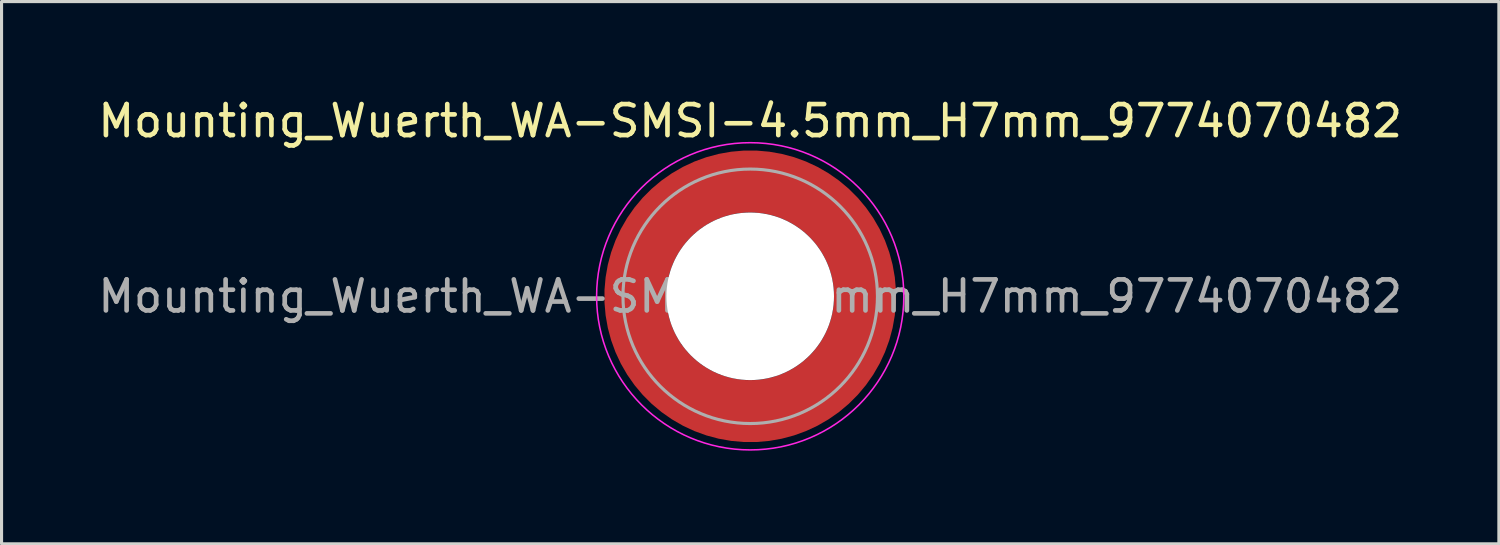
<source format=kicad_pcb>
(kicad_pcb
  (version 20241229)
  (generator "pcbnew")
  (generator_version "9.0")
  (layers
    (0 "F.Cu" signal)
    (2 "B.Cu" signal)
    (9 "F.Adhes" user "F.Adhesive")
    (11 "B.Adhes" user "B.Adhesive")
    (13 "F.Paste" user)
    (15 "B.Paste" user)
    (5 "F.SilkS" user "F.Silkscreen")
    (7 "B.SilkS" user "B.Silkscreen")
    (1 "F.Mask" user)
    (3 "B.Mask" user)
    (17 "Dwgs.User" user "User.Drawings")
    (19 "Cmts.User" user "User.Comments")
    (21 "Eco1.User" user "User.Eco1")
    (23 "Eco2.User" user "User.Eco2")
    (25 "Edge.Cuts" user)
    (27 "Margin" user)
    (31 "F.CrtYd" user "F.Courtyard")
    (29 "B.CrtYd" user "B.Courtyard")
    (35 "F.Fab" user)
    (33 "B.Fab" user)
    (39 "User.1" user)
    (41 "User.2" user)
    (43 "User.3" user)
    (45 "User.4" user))
  (footprint "Mounting_Wuerth_WA-SMSI-4.5mm_H7mm_9774070482"
    (layer "F.Cu")
    (at 21.125 6.498)
    (property "Reference" "Mounting_Wuerth_WA-SMSI-4.5mm_H7mm_9774070482" (at 0 -5.65 0) (layer "F.SilkS") (effects (font (size 1 1) (thickness 0.15))))
    (property "Mouser Part no." "" (at 0 0 0) (layer "F.Fab") (effects (font (size 1.27 1.27) (thickness 0.15))))
    (property "Mouser link" "" (at 0 0 0) (layer "F.Fab") (effects (font (size 1.27 1.27) (thickness 0.15))))
    (attr smd)
    (fp_circle (center 0 0) (end 4.95 0) (stroke (width 0.05) (type solid)) (fill no) (layer "F.CrtYd"))
    (fp_circle (center 0 0) (end 4.1 0) (stroke (width 0.1) (type solid)) (fill no) (layer "F.Fab"))
    (fp_text user "${REFERENCE}" (at 0 0 0) (layer "F.Fab") (effects (font (size 1 1) (thickness 0.15))))
    (pad "" smd custom (at -2.607 -2.607) (size 1.495 1.495) (layers "F.Paste") (options (anchor circle)) (primitives (gr_arc (start -0.188183 2.107456) (mid 0.598928 0.599619) (end 2.106494 -0.188011) (width 0.2)) (gr_arc (start -0.289416 2.107456) (mid 0.528508 0.529033) (end 2.106724 -0.28929) (width 0.2)) (gr_arc (start -0.390547 2.107456) (mid 0.457087 0.459449) (end 2.104161 -0.389996) (width 0.2)) (gr_arc (start -0.491585 2.107456) (mid 0.386415 0.389116) (end 2.103685 -0.490974) (width 0.2)) (gr_arc (start -0.59254 2.107456) (mid 0.31649 0.318035) (end 2.105297 -0.592202) (width 0.2)) (gr_arc (start -0.693419 2.107456) (mid 0.245252 0.248268) (end 2.103239 -0.692777) (width 0.2)) (gr_arc (start -0.794229 2.107456) (mid 0.174636 0.177878) (end 2.102921 -0.793559) (width 0.2)) (gr_arc (start -0.894975 2.107456) (mid 0.104643 0.106866) (end 2.104343 -0.894529) (width 0.2)) (gr_arc (start -0.995664 2.107456) (mid 0.033026 0.037479) (end 2.101219 -0.994793) (width 0.2)) (gr_arc (start -1.0963 2.107456) (mid -0.035789 -0.034714) (end 2.105949 -1.096096) (width 0.2)) (gr_arc (start -1.196886 2.107456) (mid -0.106351 -0.105157) (end 2.105783 -1.196666) (width 0.2)) (gr_arc (start -1.297427 2.107456) (mid -0.176416 -0.176097) (end 2.107009 -1.29737) (width 0.2)) (gr_arc (start -1.397927 2.107456) (mid -0.248476 -0.245042) (end 2.102638 -1.397323) (width 0.2)) (gr_arc (start -1.498388 2.107456) (mid -0.317612 -0.316913) (end 2.106475 -1.498268) (width 0.2)) (gr_arc (start -1.598813 2.107456) (mid -0.388865 -0.386665) (end 2.104366 -1.598444) (width 0.2)) (gr_arc (start -1.699204 2.107456) (mid -0.459747 -0.456787) (end 2.103299 -1.698719) (width 0.2)) (gr_arc (start -1.799565 2.107456) (mid -0.530257 -0.527283) (end 2.103277 -1.799089) (width 0.2)) (gr_arc (start -1.899896 2.107456) (mid -0.600396 -0.59815) (end 2.104299 -1.899545) (width 0.2)) (gr_arc (start -1.899896 2.107456) (mid -0.600396 -0.59815) (end 2.104299 -1.899545) (width 0.2)) (gr_line (start 2.107 -0.188) (end 2.107 -1.9) (width 0.2)) (gr_line (start -0.188 2.107) (end -1.9 2.107) (width 0.2))))
    (pad "" smd custom (at -2.607 2.607) (size 1.495 1.495) (layers "F.Paste") (options (anchor circle)) (primitives (gr_arc (start 2.107456 0.188183) (mid 0.599619 -0.598928) (end -0.188011 -2.106494) (width 0.2)) (gr_arc (start 2.107456 0.289416) (mid 0.529033 -0.528508) (end -0.28929 -2.106724) (width 0.2)) (gr_arc (start 2.107456 0.390547) (mid 0.459449 -0.457087) (end -0.389996 -2.104161) (width 0.2)) (gr_arc (start 2.107456 0.491585) (mid 0.389116 -0.386415) (end -0.490974 -2.103685) (width 0.2)) (gr_arc (start 2.107456 0.59254) (mid 0.318035 -0.31649) (end -0.592202 -2.105297) (width 0.2)) (gr_arc (start 2.107456 0.693419) (mid 0.248268 -0.245252) (end -0.692777 -2.103239) (width 0.2)) (gr_arc (start 2.107456 0.794229) (mid 0.177878 -0.174636) (end -0.793559 -2.102921) (width 0.2)) (gr_arc (start 2.107456 0.894975) (mid 0.106866 -0.104643) (end -0.894529 -2.104343) (width 0.2)) (gr_arc (start 2.107456 0.995664) (mid 0.037479 -0.033026) (end -0.994793 -2.101219) (width 0.2)) (gr_arc (start 2.107456 1.0963) (mid -0.034714 0.035789) (end -1.096096 -2.105949) (width 0.2)) (gr_arc (start 2.107456 1.196886) (mid -0.105157 0.106351) (end -1.196666 -2.105783) (width 0.2)) (gr_arc (start 2.107456 1.297427) (mid -0.176097 0.176416) (end -1.29737 -2.107009) (width 0.2)) (gr_arc (start 2.107456 1.397927) (mid -0.245042 0.248476) (end -1.397323 -2.102638) (width 0.2)) (gr_arc (start 2.107456 1.498388) (mid -0.316913 0.317612) (end -1.498268 -2.106475) (width 0.2)) (gr_arc (start 2.107456 1.598813) (mid -0.386665 0.388865) (end -1.598444 -2.104366) (width 0.2)) (gr_arc (start 2.107456 1.699204) (mid -0.456787 0.459747) (end -1.698719 -2.103299) (width 0.2)) (gr_arc (start 2.107456 1.799565) (mid -0.527283 0.530257) (end -1.799089 -2.103277) (width 0.2)) (gr_arc (start 2.107456 1.899896) (mid -0.59815 0.600396) (end -1.899545 -2.104299) (width 0.2)) (gr_arc (start 2.107456 1.899896) (mid -0.59815 0.600396) (end -1.899545 -2.104299) (width 0.2)) (gr_line (start -0.188 -2.107) (end -1.9 -2.107) (width 0.2)) (gr_line (start 2.107 0.188) (end 2.107 1.9) (width 0.2))))
    (pad "" np_thru_hole circle (at 0 0) (size 5.4 5.4) (drill 5.4) (layers "*.Cu" "*.Mask"))
    (pad "" smd custom (at 2.607 -2.607) (size 1.495 1.495) (layers "F.Paste") (options (anchor circle)) (primitives (gr_arc (start -2.107456 -0.188183) (mid -0.599619 0.598928) (end 0.188011 2.106494) (width 0.2)) (gr_arc (start -2.107456 -0.289416) (mid -0.529033 0.528508) (end 0.28929 2.106724) (width 0.2)) (gr_arc (start -2.107456 -0.390547) (mid -0.459449 0.457087) (end 0.389996 2.104161) (width 0.2)) (gr_arc (start -2.107456 -0.491585) (mid -0.389116 0.386415) (end 0.490974 2.103685) (width 0.2)) (gr_arc (start -2.107456 -0.59254) (mid -0.318035 0.31649) (end 0.592202 2.105297) (width 0.2)) (gr_arc (start -2.107456 -0.693419) (mid -0.248268 0.245252) (end 0.692777 2.103239) (width 0.2)) (gr_arc (start -2.107456 -0.794229) (mid -0.177878 0.174636) (end 0.793559 2.102921) (width 0.2)) (gr_arc (start -2.107456 -0.894975) (mid -0.106866 0.104643) (end 0.894529 2.104343) (width 0.2)) (gr_arc (start -2.107456 -0.995664) (mid -0.037479 0.033026) (end 0.994793 2.101219) (width 0.2)) (gr_arc (start -2.107456 -1.0963) (mid 0.034714 -0.035789) (end 1.096096 2.105949) (width 0.2)) (gr_arc (start -2.107456 -1.196886) (mid 0.105157 -0.106351) (end 1.196666 2.105783) (width 0.2)) (gr_arc (start -2.107456 -1.297427) (mid 0.176097 -0.176416) (end 1.29737 2.107009) (width 0.2)) (gr_arc (start -2.107456 -1.397927) (mid 0.245042 -0.248476) (end 1.397323 2.102638) (width 0.2)) (gr_arc (start -2.107456 -1.498388) (mid 0.316913 -0.317612) (end 1.498268 2.106475) (width 0.2)) (gr_arc (start -2.107456 -1.598813) (mid 0.386665 -0.388865) (end 1.598444 2.104366) (width 0.2)) (gr_arc (start -2.107456 -1.699204) (mid 0.456787 -0.459747) (end 1.698719 2.103299) (width 0.2)) (gr_arc (start -2.107456 -1.799565) (mid 0.527283 -0.530257) (end 1.799089 2.103277) (width 0.2)) (gr_arc (start -2.107456 -1.899896) (mid 0.59815 -0.600396) (end 1.899545 2.104299) (width 0.2)) (gr_arc (start -2.107456 -1.899896) (mid 0.59815 -0.600396) (end 1.899545 2.104299) (width 0.2)) (gr_line (start 0.188 2.107) (end 1.9 2.107) (width 0.2)) (gr_line (start -2.107 -0.188) (end -2.107 -1.9) (width 0.2))))
    (pad "" smd custom (at 2.607 2.607) (size 1.495 1.495) (layers "F.Paste") (options (anchor circle)) (primitives (gr_arc (start 0.188183 -2.107456) (mid -0.598928 -0.599619) (end -2.106494 0.188011) (width 0.2)) (gr_arc (start 0.289416 -2.107456) (mid -0.528508 -0.529033) (end -2.106724 0.28929) (width 0.2)) (gr_arc (start 0.390547 -2.107456) (mid -0.457087 -0.459449) (end -2.104161 0.389996) (width 0.2)) (gr_arc (start 0.491585 -2.107456) (mid -0.386415 -0.389116) (end -2.103685 0.490974) (width 0.2)) (gr_arc (start 0.59254 -2.107456) (mid -0.31649 -0.318035) (end -2.105297 0.592202) (width 0.2)) (gr_arc (start 0.693419 -2.107456) (mid -0.245252 -0.248268) (end -2.103239 0.692777) (width 0.2)) (gr_arc (start 0.794229 -2.107456) (mid -0.174636 -0.177878) (end -2.102921 0.793559) (width 0.2)) (gr_arc (start 0.894975 -2.107456) (mid -0.104643 -0.106866) (end -2.104343 0.894529) (width 0.2)) (gr_arc (start 0.995664 -2.107456) (mid -0.033026 -0.037479) (end -2.101219 0.994793) (width 0.2)) (gr_arc (start 1.0963 -2.107456) (mid 0.035789 0.034714) (end -2.105949 1.096096) (width 0.2)) (gr_arc (start 1.196886 -2.107456) (mid 0.106351 0.105157) (end -2.105783 1.196666) (width 0.2)) (gr_arc (start 1.297427 -2.107456) (mid 0.176416 0.176097) (end -2.107009 1.29737) (width 0.2)) (gr_arc (start 1.397927 -2.107456) (mid 0.248476 0.245042) (end -2.102638 1.397323) (width 0.2)) (gr_arc (start 1.498388 -2.107456) (mid 0.317612 0.316913) (end -2.106475 1.498268) (width 0.2)) (gr_arc (start 1.598813 -2.107456) (mid 0.388865 0.386665) (end -2.104366 1.598444) (width 0.2)) (gr_arc (start 1.699204 -2.107456) (mid 0.459747 0.456787) (end -2.103299 1.698719) (width 0.2)) (gr_arc (start 1.799565 -2.107456) (mid 0.530257 0.527283) (end -2.103277 1.799089) (width 0.2)) (gr_arc (start 1.899896 -2.107456) (mid 0.600396 0.59815) (end -2.104299 1.899545) (width 0.2)) (gr_arc (start 1.899896 -2.107456) (mid 0.600396 0.59815) (end -2.104299 1.899545) (width 0.2)) (gr_line (start -2.107 0.188) (end -2.107 1.9) (width 0.2)) (gr_line (start 0.188 -2.107) (end 1.9 -2.107) (width 0.2))))
    (pad "1" smd circle (at -3.7 0) (size 1.6 1.6) (layers "F.Cu"))
    (pad "1" smd circle (at 0 -3.7) (size 1.6 1.6) (layers "F.Cu"))
    (pad "1" smd circle (at 0 3.7) (size 1.6 1.6) (layers "F.Cu"))
    (pad "1" smd custom (at 3.7 0) (size 1.6 1.6) (layers "F.Cu" "F.Mask") (options (anchor circle)) (primitives (gr_circle (center -3.7 0) (end 0 0) (width 2) (fill no)))))
  (gr_rect
    (start -3 -3)
    (end 45.25 14.473)
    (stroke (width 0.1) (type default))
    (fill no)
    (layer "Edge.Cuts")))
</source>
